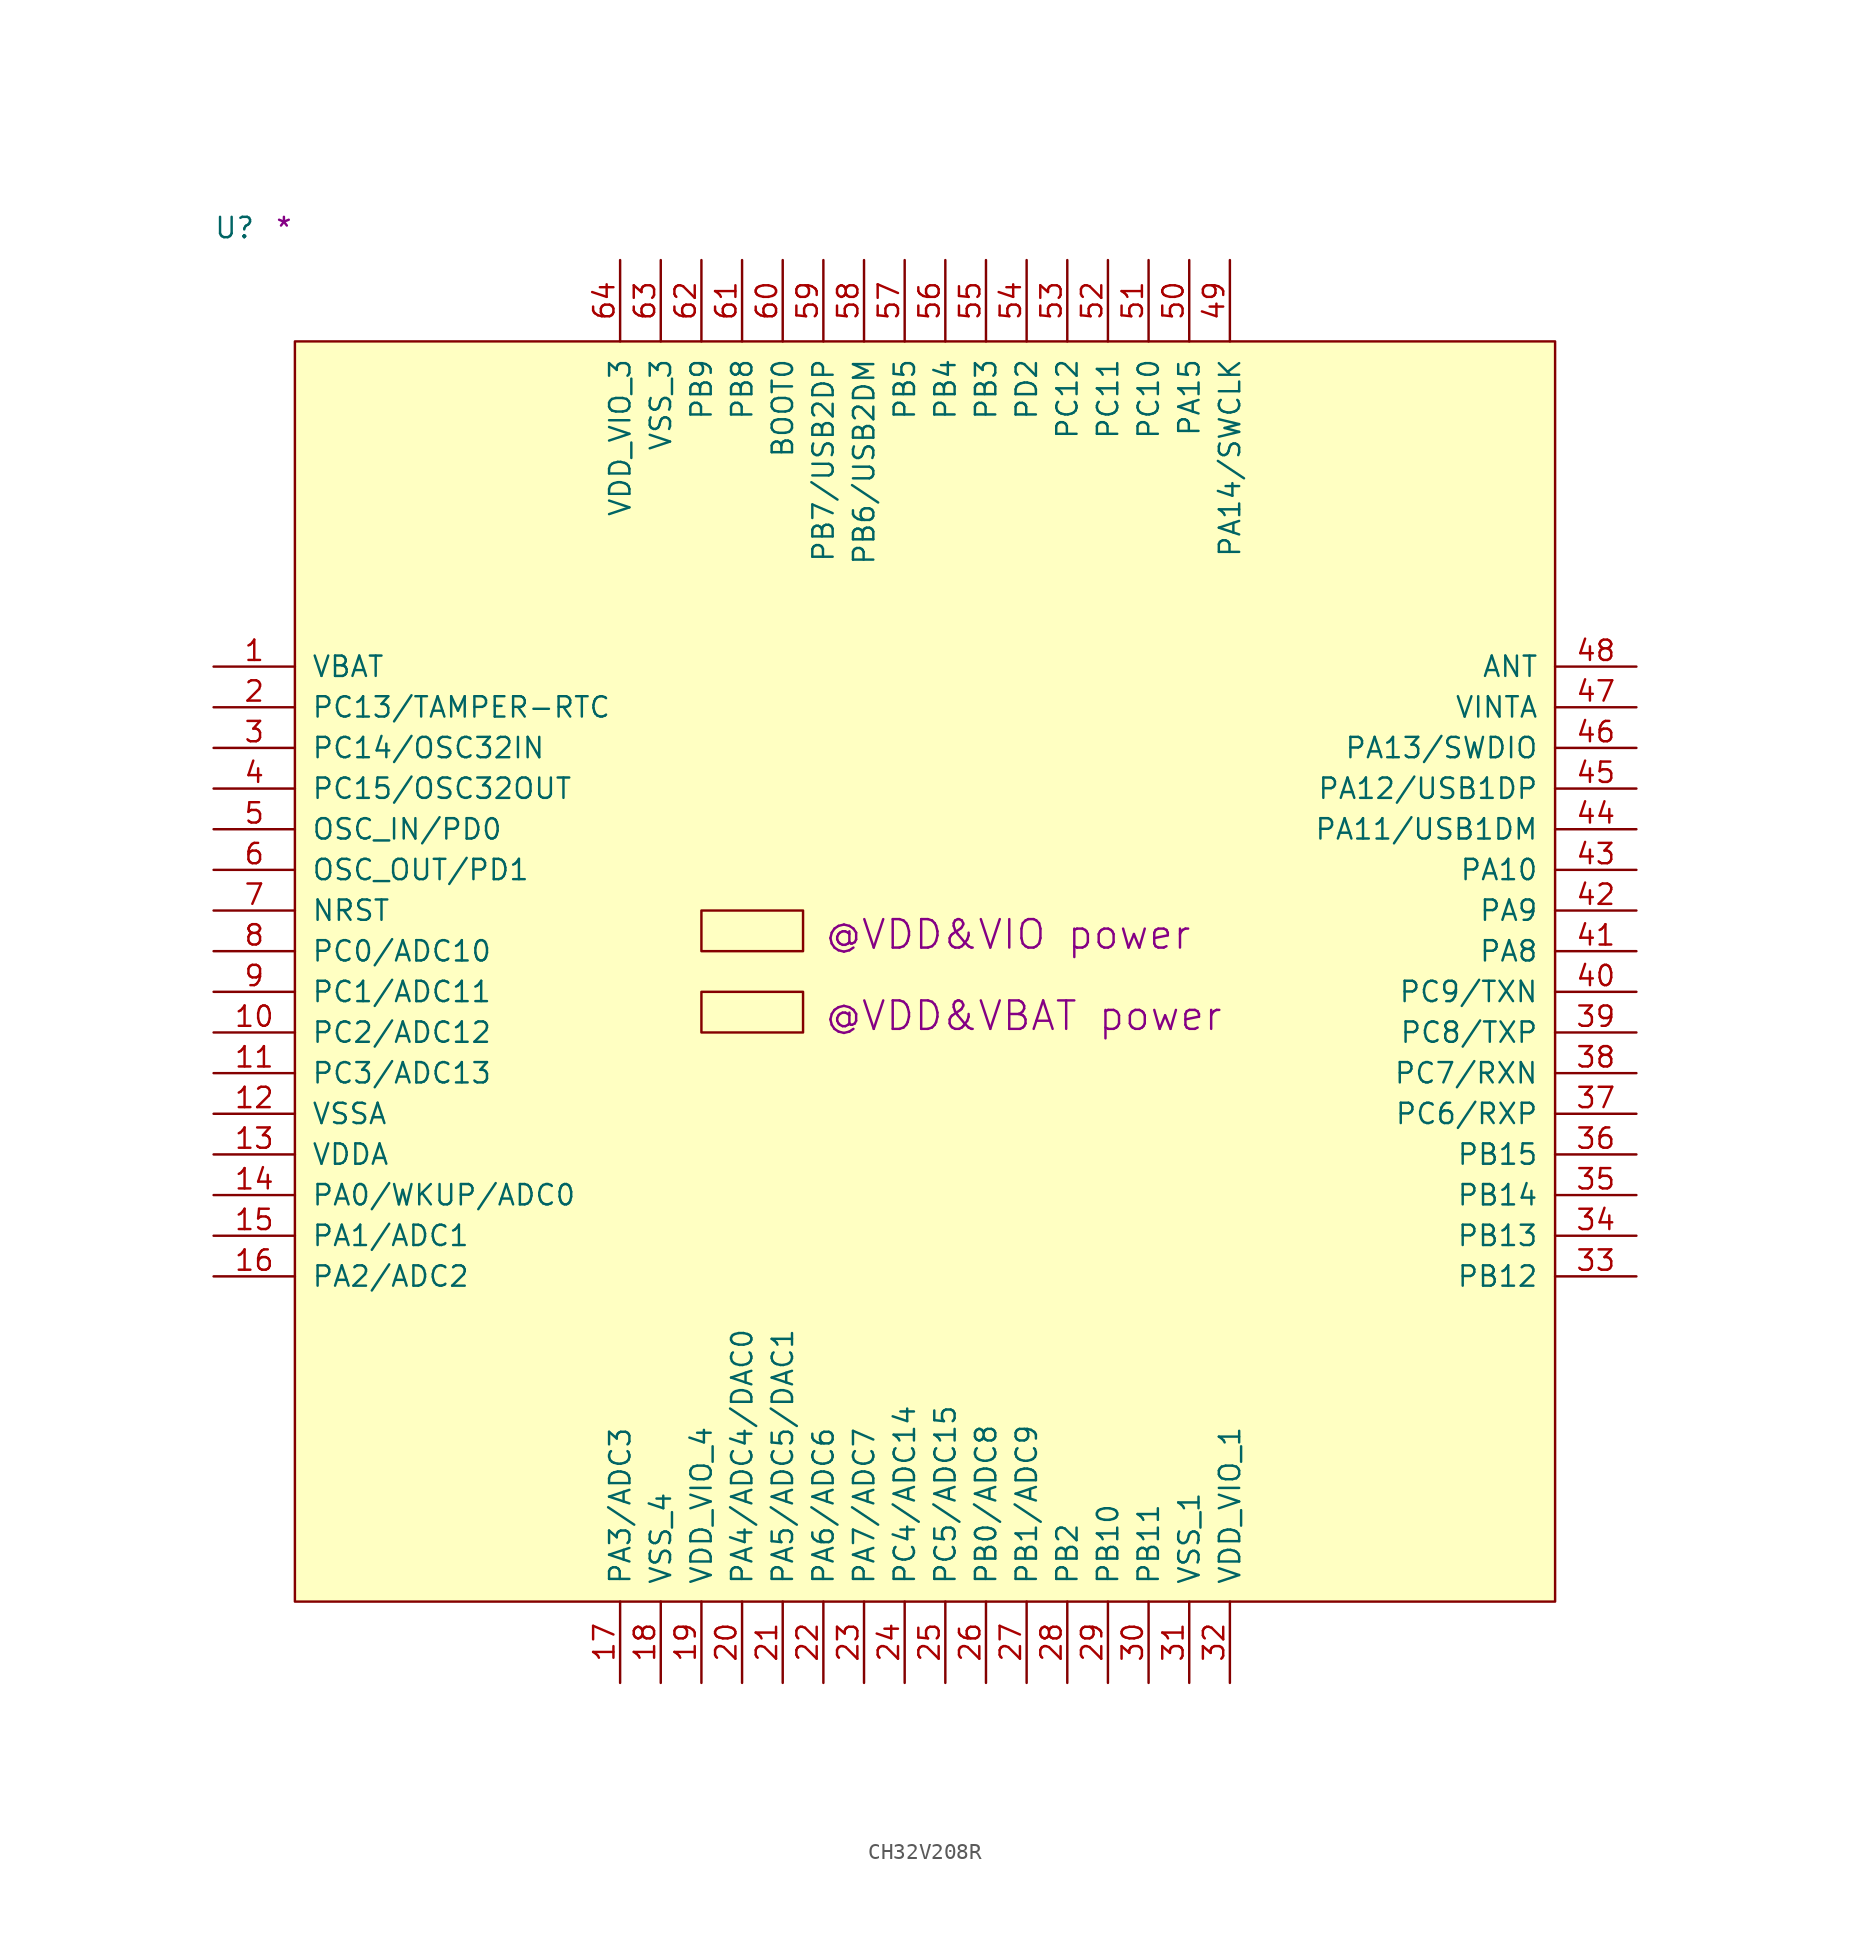
<source format=kicad_sym>
(kicad_symbol_lib
  (version 20211014)
  (generator kicad_symbol_editor)
  (symbol "CH32V208R"
    (pin_names
      (offset 1.016))
    (property "Reference" "U"
      (at -5.08 6.35 0)
      (effects (font (size 1.27 1.27)) (justify left bottom)))
    (property "user" "@VDD&VBAT power"
      (at 33.02 -43.18 0)
      (effects (font (size 1.778 1.778)) (justify left bottom)))
    (property "user_1" "@VDD&VIO power"
      (at 33.02 -38.1 0)
      (effects (font (size 1.778 1.778)) (justify left bottom)))
    (property "Comment" "*"
      (at -1.27 6.35 0)
      (effects (font (size 1.27 1.27)) (justify left bottom)))
    (symbol "CH32V208R_1_1"
      (rectangle (start 0 -78.74) (end 78.74 0) (stroke (width 0) (type default) (color 0 0 0 0)) (fill (type background)))
      (rectangle (start 25.4 -43.18) (end 31.75 -40.64) (stroke (width 0) (type default) (color 0 0 0 0)) (fill (type background)))
      (rectangle (start 25.4 -38.1) (end 31.75 -35.56) (stroke (width 0) (type default) (color 0 0 0 0)) (fill (type background)))
      (pin power_in line (at -5.08 -20.32 0) (length 5.08) (name "VBAT" (effects (font (size 1.27 1.27)))) (number "1" (effects (font (size 1.27 1.27)))))
      (pin bidirectional line (at -5.08 -43.18 0) (length 5.08) (name "PC2/ADC12" (effects (font (size 1.27 1.27)))) (number "10" (effects (font (size 1.27 1.27)))))
      (pin bidirectional line (at -5.08 -45.72 0) (length 5.08) (name "PC3/ADC13" (effects (font (size 1.27 1.27)))) (number "11" (effects (font (size 1.27 1.27)))))
      (pin power_in line (at -5.08 -48.26 0) (length 5.08) (name "VSSA" (effects (font (size 1.27 1.27)))) (number "12" (effects (font (size 1.27 1.27)))))
      (pin power_in line (at -5.08 -50.8 0) (length 5.08) (name "VDDA" (effects (font (size 1.27 1.27)))) (number "13" (effects (font (size 1.27 1.27)))))
      (pin bidirectional line (at -5.08 -53.34 0) (length 5.08) (name "PA0/WKUP/ADC0" (effects (font (size 1.27 1.27)))) (number "14" (effects (font (size 1.27 1.27)))))
      (pin bidirectional line (at -5.08 -55.88 0) (length 5.08) (name "PA1/ADC1" (effects (font (size 1.27 1.27)))) (number "15" (effects (font (size 1.27 1.27)))))
      (pin bidirectional line (at -5.08 -58.42 0) (length 5.08) (name "PA2/ADC2" (effects (font (size 1.27 1.27)))) (number "16" (effects (font (size 1.27 1.27)))))
      (pin bidirectional line (at 20.32 -83.82 90) (length 5.08) (name "PA3/ADC3" (effects (font (size 1.27 1.27)))) (number "17" (effects (font (size 1.27 1.27)))))
      (pin power_in line (at 22.86 -83.82 90) (length 5.08) (name "VSS_4" (effects (font (size 1.27 1.27)))) (number "18" (effects (font (size 1.27 1.27)))))
      (pin power_in line (at 25.4 -83.82 90) (length 5.08) (name "VDD_VIO_4" (effects (font (size 1.27 1.27)))) (number "19" (effects (font (size 1.27 1.27)))))
      (pin bidirectional line (at -5.08 -22.86 0) (length 5.08) (name "PC13/TAMPER-RTC" (effects (font (size 1.27 1.27)))) (number "2" (effects (font (size 1.27 1.27)))))
      (pin bidirectional line (at 27.94 -83.82 90) (length 5.08) (name "PA4/ADC4/DAC0" (effects (font (size 1.27 1.27)))) (number "20" (effects (font (size 1.27 1.27)))))
      (pin bidirectional line (at 30.48 -83.82 90) (length 5.08) (name "PA5/ADC5/DAC1" (effects (font (size 1.27 1.27)))) (number "21" (effects (font (size 1.27 1.27)))))
      (pin bidirectional line (at 33.02 -83.82 90) (length 5.08) (name "PA6/ADC6" (effects (font (size 1.27 1.27)))) (number "22" (effects (font (size 1.27 1.27)))))
      (pin bidirectional line (at 35.56 -83.82 90) (length 5.08) (name "PA7/ADC7" (effects (font (size 1.27 1.27)))) (number "23" (effects (font (size 1.27 1.27)))))
      (pin bidirectional line (at 38.1 -83.82 90) (length 5.08) (name "PC4/ADC14" (effects (font (size 1.27 1.27)))) (number "24" (effects (font (size 1.27 1.27)))))
      (pin bidirectional line (at 40.64 -83.82 90) (length 5.08) (name "PC5/ADC15" (effects (font (size 1.27 1.27)))) (number "25" (effects (font (size 1.27 1.27)))))
      (pin bidirectional line (at 43.18 -83.82 90) (length 5.08) (name "PB0/ADC8" (effects (font (size 1.27 1.27)))) (number "26" (effects (font (size 1.27 1.27)))))
      (pin bidirectional line (at 45.72 -83.82 90) (length 5.08) (name "PB1/ADC9" (effects (font (size 1.27 1.27)))) (number "27" (effects (font (size 1.27 1.27)))))
      (pin bidirectional line (at 48.26 -83.82 90) (length 5.08) (name "PB2" (effects (font (size 1.27 1.27)))) (number "28" (effects (font (size 1.27 1.27)))))
      (pin bidirectional line (at 50.8 -83.82 90) (length 5.08) (name "PB10" (effects (font (size 1.27 1.27)))) (number "29" (effects (font (size 1.27 1.27)))))
      (pin bidirectional line (at -5.08 -25.4 0) (length 5.08) (name "PC14/OSC32IN" (effects (font (size 1.27 1.27)))) (number "3" (effects (font (size 1.27 1.27)))))
      (pin bidirectional line (at 53.34 -83.82 90) (length 5.08) (name "PB11" (effects (font (size 1.27 1.27)))) (number "30" (effects (font (size 1.27 1.27)))))
      (pin power_in line (at 55.88 -83.82 90) (length 5.08) (name "VSS_1" (effects (font (size 1.27 1.27)))) (number "31" (effects (font (size 1.27 1.27)))))
      (pin power_in line (at 58.42 -83.82 90) (length 5.08) (name "VDD_VIO_1" (effects (font (size 1.27 1.27)))) (number "32" (effects (font (size 1.27 1.27)))))
      (pin bidirectional line (at 83.82 -58.42 180) (length 5.08) (name "PB12" (effects (font (size 1.27 1.27)))) (number "33" (effects (font (size 1.27 1.27)))))
      (pin bidirectional line (at 83.82 -55.88 180) (length 5.08) (name "PB13" (effects (font (size 1.27 1.27)))) (number "34" (effects (font (size 1.27 1.27)))))
      (pin bidirectional line (at 83.82 -53.34 180) (length 5.08) (name "PB14" (effects (font (size 1.27 1.27)))) (number "35" (effects (font (size 1.27 1.27)))))
      (pin bidirectional line (at 83.82 -50.8 180) (length 5.08) (name "PB15" (effects (font (size 1.27 1.27)))) (number "36" (effects (font (size 1.27 1.27)))))
      (pin bidirectional line (at 83.82 -48.26 180) (length 5.08) (name "PC6/RXP" (effects (font (size 1.27 1.27)))) (number "37" (effects (font (size 1.27 1.27)))))
      (pin bidirectional line (at 83.82 -45.72 180) (length 5.08) (name "PC7/RXN" (effects (font (size 1.27 1.27)))) (number "38" (effects (font (size 1.27 1.27)))))
      (pin bidirectional line (at 83.82 -43.18 180) (length 5.08) (name "PC8/TXP" (effects (font (size 1.27 1.27)))) (number "39" (effects (font (size 1.27 1.27)))))
      (pin bidirectional line (at -5.08 -27.94 0) (length 5.08) (name "PC15/OSC32OUT" (effects (font (size 1.27 1.27)))) (number "4" (effects (font (size 1.27 1.27)))))
      (pin bidirectional line (at 83.82 -40.64 180) (length 5.08) (name "PC9/TXN" (effects (font (size 1.27 1.27)))) (number "40" (effects (font (size 1.27 1.27)))))
      (pin bidirectional line (at 83.82 -38.1 180) (length 5.08) (name "PA8" (effects (font (size 1.27 1.27)))) (number "41" (effects (font (size 1.27 1.27)))))
      (pin bidirectional line (at 83.82 -35.56 180) (length 5.08) (name "PA9" (effects (font (size 1.27 1.27)))) (number "42" (effects (font (size 1.27 1.27)))))
      (pin bidirectional line (at 83.82 -33.02 180) (length 5.08) (name "PA10" (effects (font (size 1.27 1.27)))) (number "43" (effects (font (size 1.27 1.27)))))
      (pin bidirectional line (at 83.82 -30.48 180) (length 5.08) (name "PA11/USB1DM" (effects (font (size 1.27 1.27)))) (number "44" (effects (font (size 1.27 1.27)))))
      (pin bidirectional line (at 83.82 -27.94 180) (length 5.08) (name "PA12/USB1DP" (effects (font (size 1.27 1.27)))) (number "45" (effects (font (size 1.27 1.27)))))
      (pin bidirectional line (at 83.82 -25.4 180) (length 5.08) (name "PA13/SWDIO" (effects (font (size 1.27 1.27)))) (number "46" (effects (font (size 1.27 1.27)))))
      (pin power_in line (at 83.82 -22.86 180) (length 5.08) (name "VINTA" (effects (font (size 1.27 1.27)))) (number "47" (effects (font (size 1.27 1.27)))))
      (pin power_in line (at 83.82 -20.32 180) (length 5.08) (name "ANT" (effects (font (size 1.27 1.27)))) (number "48" (effects (font (size 1.27 1.27)))))
      (pin bidirectional line (at 58.42 5.08 270) (length 5.08) (name "PA14/SWCLK" (effects (font (size 1.27 1.27)))) (number "49" (effects (font (size 1.27 1.27)))))
      (pin input line (at -5.08 -30.48 0) (length 5.08) (name "OSC_IN/PD0" (effects (font (size 1.27 1.27)))) (number "5" (effects (font (size 1.27 1.27)))))
      (pin bidirectional line (at 55.88 5.08 270) (length 5.08) (name "PA15" (effects (font (size 1.27 1.27)))) (number "50" (effects (font (size 1.27 1.27)))))
      (pin bidirectional line (at 53.34 5.08 270) (length 5.08) (name "PC10" (effects (font (size 1.27 1.27)))) (number "51" (effects (font (size 1.27 1.27)))))
      (pin bidirectional line (at 50.8 5.08 270) (length 5.08) (name "PC11" (effects (font (size 1.27 1.27)))) (number "52" (effects (font (size 1.27 1.27)))))
      (pin bidirectional line (at 48.26 5.08 270) (length 5.08) (name "PC12" (effects (font (size 1.27 1.27)))) (number "53" (effects (font (size 1.27 1.27)))))
      (pin bidirectional line (at 45.72 5.08 270) (length 5.08) (name "PD2" (effects (font (size 1.27 1.27)))) (number "54" (effects (font (size 1.27 1.27)))))
      (pin bidirectional line (at 43.18 5.08 270) (length 5.08) (name "PB3" (effects (font (size 1.27 1.27)))) (number "55" (effects (font (size 1.27 1.27)))))
      (pin bidirectional line (at 40.64 5.08 270) (length 5.08) (name "PB4" (effects (font (size 1.27 1.27)))) (number "56" (effects (font (size 1.27 1.27)))))
      (pin bidirectional line (at 38.1 5.08 270) (length 5.08) (name "PB5" (effects (font (size 1.27 1.27)))) (number "57" (effects (font (size 1.27 1.27)))))
      (pin bidirectional line (at 35.56 5.08 270) (length 5.08) (name "PB6/USB2DM" (effects (font (size 1.27 1.27)))) (number "58" (effects (font (size 1.27 1.27)))))
      (pin bidirectional line (at 33.02 5.08 270) (length 5.08) (name "PB7/USB2DP" (effects (font (size 1.27 1.27)))) (number "59" (effects (font (size 1.27 1.27)))))
      (pin output line (at -5.08 -33.02 0) (length 5.08) (name "OSC_OUT/PD1" (effects (font (size 1.27 1.27)))) (number "6" (effects (font (size 1.27 1.27)))))
      (pin input line (at 30.48 5.08 270) (length 5.08) (name "BOOT0" (effects (font (size 1.27 1.27)))) (number "60" (effects (font (size 1.27 1.27)))))
      (pin bidirectional line (at 27.94 5.08 270) (length 5.08) (name "PB8" (effects (font (size 1.27 1.27)))) (number "61" (effects (font (size 1.27 1.27)))))
      (pin bidirectional line (at 25.4 5.08 270) (length 5.08) (name "PB9" (effects (font (size 1.27 1.27)))) (number "62" (effects (font (size 1.27 1.27)))))
      (pin power_in line (at 22.86 5.08 270) (length 5.08) (name "VSS_3" (effects (font (size 1.27 1.27)))) (number "63" (effects (font (size 1.27 1.27)))))
      (pin power_in line (at 20.32 5.08 270) (length 5.08) (name "VDD_VIO_3" (effects (font (size 1.27 1.27)))) (number "64" (effects (font (size 1.27 1.27)))))
      (pin bidirectional line (at -5.08 -35.56 0) (length 5.08) (name "NRST" (effects (font (size 1.27 1.27)))) (number "7" (effects (font (size 1.27 1.27)))))
      (pin bidirectional line (at -5.08 -38.1 0) (length 5.08) (name "PC0/ADC10" (effects (font (size 1.27 1.27)))) (number "8" (effects (font (size 1.27 1.27)))))
      (pin bidirectional line (at -5.08 -40.64 0) (length 5.08) (name "PC1/ADC11" (effects (font (size 1.27 1.27)))) (number "9" (effects (font (size 1.27 1.27))))))))
</source>
